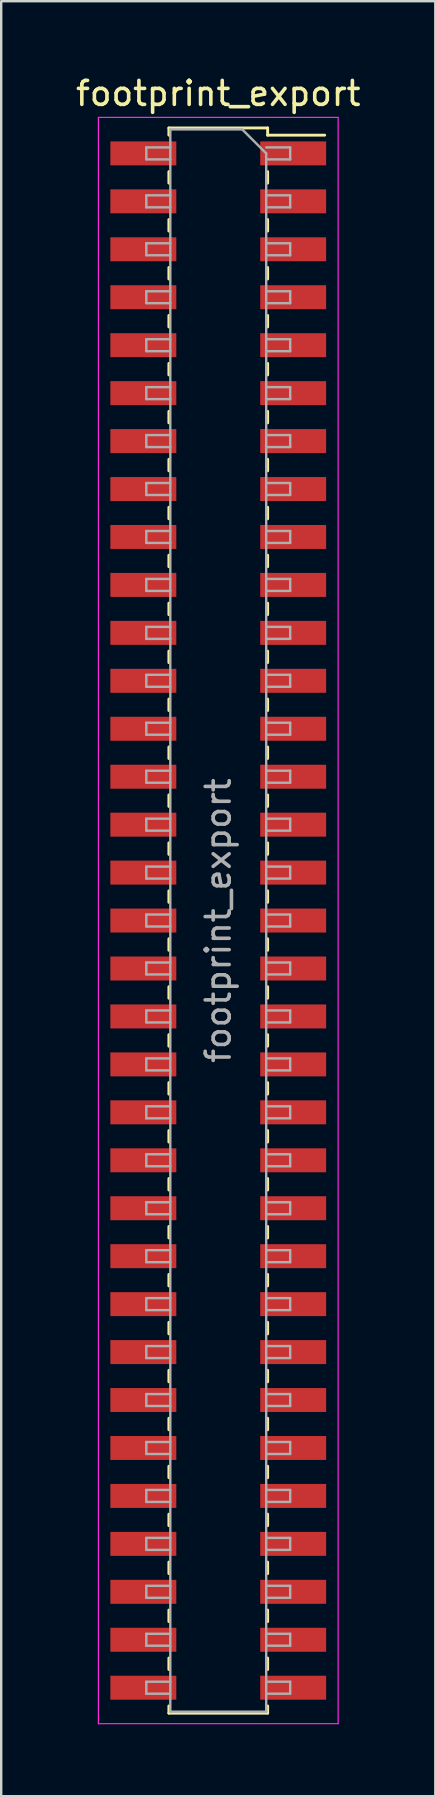
<source format=kicad_pcb>
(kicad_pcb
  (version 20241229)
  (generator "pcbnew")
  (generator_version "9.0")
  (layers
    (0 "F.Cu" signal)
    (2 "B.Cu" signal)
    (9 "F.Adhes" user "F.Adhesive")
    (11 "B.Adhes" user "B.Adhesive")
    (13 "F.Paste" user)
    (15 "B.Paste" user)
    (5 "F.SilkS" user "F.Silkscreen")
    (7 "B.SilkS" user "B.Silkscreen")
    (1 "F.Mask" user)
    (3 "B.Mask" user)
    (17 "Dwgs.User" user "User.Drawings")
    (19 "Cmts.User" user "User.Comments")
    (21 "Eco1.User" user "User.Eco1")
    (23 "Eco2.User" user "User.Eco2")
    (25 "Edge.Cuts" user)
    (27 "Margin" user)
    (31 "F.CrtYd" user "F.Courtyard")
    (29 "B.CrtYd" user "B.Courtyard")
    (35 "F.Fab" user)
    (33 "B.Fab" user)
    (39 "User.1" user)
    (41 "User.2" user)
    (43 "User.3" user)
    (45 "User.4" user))
  (footprint "footprint_export"
    (layer "F.Cu")
    (at 6.054 35.348)
    (property "Reference" "footprint_export" (at 0 -34.5 0) (layer "F.SilkS") (effects (font (size 1 1) (thickness 0.15))))
    (attr smd)
    (fp_line (start -2.06 -33.06) (end -2.06 -32.76) (stroke (width 0.12) (type solid)) (layer "F.SilkS"))
    (fp_line (start -2.06 -33.06) (end 2.06 -33.06) (stroke (width 0.12) (type solid)) (layer "F.SilkS"))
    (fp_line (start -2.06 -31.24) (end -2.06 -30.76) (stroke (width 0.12) (type solid)) (layer "F.SilkS"))
    (fp_line (start -2.06 -29.24) (end -2.06 -28.76) (stroke (width 0.12) (type solid)) (layer "F.SilkS"))
    (fp_line (start -2.06 -27.24) (end -2.06 -26.76) (stroke (width 0.12) (type solid)) (layer "F.SilkS"))
    (fp_line (start -2.06 -25.24) (end -2.06 -24.76) (stroke (width 0.12) (type solid)) (layer "F.SilkS"))
    (fp_line (start -2.06 -23.24) (end -2.06 -22.76) (stroke (width 0.12) (type solid)) (layer "F.SilkS"))
    (fp_line (start -2.06 -21.24) (end -2.06 -20.76) (stroke (width 0.12) (type solid)) (layer "F.SilkS"))
    (fp_line (start -2.06 -19.24) (end -2.06 -18.76) (stroke (width 0.12) (type solid)) (layer "F.SilkS"))
    (fp_line (start -2.06 -17.24) (end -2.06 -16.76) (stroke (width 0.12) (type solid)) (layer "F.SilkS"))
    (fp_line (start -2.06 -15.24) (end -2.06 -14.76) (stroke (width 0.12) (type solid)) (layer "F.SilkS"))
    (fp_line (start -2.06 -13.24) (end -2.06 -12.76) (stroke (width 0.12) (type solid)) (layer "F.SilkS"))
    (fp_line (start -2.06 -11.24) (end -2.06 -10.76) (stroke (width 0.12) (type solid)) (layer "F.SilkS"))
    (fp_line (start -2.06 -9.24) (end -2.06 -8.76) (stroke (width 0.12) (type solid)) (layer "F.SilkS"))
    (fp_line (start -2.06 -7.24) (end -2.06 -6.76) (stroke (width 0.12) (type solid)) (layer "F.SilkS"))
    (fp_line (start -2.06 -5.24) (end -2.06 -4.76) (stroke (width 0.12) (type solid)) (layer "F.SilkS"))
    (fp_line (start -2.06 -3.24) (end -2.06 -2.76) (stroke (width 0.12) (type solid)) (layer "F.SilkS"))
    (fp_line (start -2.06 -1.24) (end -2.06 -0.76) (stroke (width 0.12) (type solid)) (layer "F.SilkS"))
    (fp_line (start -2.06 0.76) (end -2.06 1.24) (stroke (width 0.12) (type solid)) (layer "F.SilkS"))
    (fp_line (start -2.06 2.76) (end -2.06 3.24) (stroke (width 0.12) (type solid)) (layer "F.SilkS"))
    (fp_line (start -2.06 4.76) (end -2.06 5.24) (stroke (width 0.12) (type solid)) (layer "F.SilkS"))
    (fp_line (start -2.06 6.76) (end -2.06 7.24) (stroke (width 0.12) (type solid)) (layer "F.SilkS"))
    (fp_line (start -2.06 8.76) (end -2.06 9.24) (stroke (width 0.12) (type solid)) (layer "F.SilkS"))
    (fp_line (start -2.06 10.76) (end -2.06 11.24) (stroke (width 0.12) (type solid)) (layer "F.SilkS"))
    (fp_line (start -2.06 12.76) (end -2.06 13.24) (stroke (width 0.12) (type solid)) (layer "F.SilkS"))
    (fp_line (start -2.06 14.76) (end -2.06 15.24) (stroke (width 0.12) (type solid)) (layer "F.SilkS"))
    (fp_line (start -2.06 16.76) (end -2.06 17.24) (stroke (width 0.12) (type solid)) (layer "F.SilkS"))
    (fp_line (start -2.06 18.76) (end -2.06 19.24) (stroke (width 0.12) (type solid)) (layer "F.SilkS"))
    (fp_line (start -2.06 20.76) (end -2.06 21.24) (stroke (width 0.12) (type solid)) (layer "F.SilkS"))
    (fp_line (start -2.06 22.76) (end -2.06 23.24) (stroke (width 0.12) (type solid)) (layer "F.SilkS"))
    (fp_line (start -2.06 24.76) (end -2.06 25.24) (stroke (width 0.12) (type solid)) (layer "F.SilkS"))
    (fp_line (start -2.06 26.76) (end -2.06 27.24) (stroke (width 0.12) (type solid)) (layer "F.SilkS"))
    (fp_line (start -2.06 28.76) (end -2.06 29.24) (stroke (width 0.12) (type solid)) (layer "F.SilkS"))
    (fp_line (start -2.06 30.76) (end -2.06 31.24) (stroke (width 0.12) (type solid)) (layer "F.SilkS"))
    (fp_line (start -2.06 32.76) (end -2.06 33.06) (stroke (width 0.12) (type solid)) (layer "F.SilkS"))
    (fp_line (start -2.06 33.06) (end 2.06 33.06) (stroke (width 0.12) (type solid)) (layer "F.SilkS"))
    (fp_line (start 2.06 -33.06) (end 2.06 -32.76) (stroke (width 0.12) (type solid)) (layer "F.SilkS"))
    (fp_line (start 2.06 -32.76) (end 4.44 -32.76) (stroke (width 0.12) (type solid)) (layer "F.SilkS"))
    (fp_line (start 2.06 -31.24) (end 2.06 -30.76) (stroke (width 0.12) (type solid)) (layer "F.SilkS"))
    (fp_line (start 2.06 -29.24) (end 2.06 -28.76) (stroke (width 0.12) (type solid)) (layer "F.SilkS"))
    (fp_line (start 2.06 -27.24) (end 2.06 -26.76) (stroke (width 0.12) (type solid)) (layer "F.SilkS"))
    (fp_line (start 2.06 -25.24) (end 2.06 -24.76) (stroke (width 0.12) (type solid)) (layer "F.SilkS"))
    (fp_line (start 2.06 -23.24) (end 2.06 -22.76) (stroke (width 0.12) (type solid)) (layer "F.SilkS"))
    (fp_line (start 2.06 -21.24) (end 2.06 -20.76) (stroke (width 0.12) (type solid)) (layer "F.SilkS"))
    (fp_line (start 2.06 -19.24) (end 2.06 -18.76) (stroke (width 0.12) (type solid)) (layer "F.SilkS"))
    (fp_line (start 2.06 -17.24) (end 2.06 -16.76) (stroke (width 0.12) (type solid)) (layer "F.SilkS"))
    (fp_line (start 2.06 -15.24) (end 2.06 -14.76) (stroke (width 0.12) (type solid)) (layer "F.SilkS"))
    (fp_line (start 2.06 -13.24) (end 2.06 -12.76) (stroke (width 0.12) (type solid)) (layer "F.SilkS"))
    (fp_line (start 2.06 -11.24) (end 2.06 -10.76) (stroke (width 0.12) (type solid)) (layer "F.SilkS"))
    (fp_line (start 2.06 -9.24) (end 2.06 -8.76) (stroke (width 0.12) (type solid)) (layer "F.SilkS"))
    (fp_line (start 2.06 -7.24) (end 2.06 -6.76) (stroke (width 0.12) (type solid)) (layer "F.SilkS"))
    (fp_line (start 2.06 -5.24) (end 2.06 -4.76) (stroke (width 0.12) (type solid)) (layer "F.SilkS"))
    (fp_line (start 2.06 -3.24) (end 2.06 -2.76) (stroke (width 0.12) (type solid)) (layer "F.SilkS"))
    (fp_line (start 2.06 -1.24) (end 2.06 -0.76) (stroke (width 0.12) (type solid)) (layer "F.SilkS"))
    (fp_line (start 2.06 0.76) (end 2.06 1.24) (stroke (width 0.12) (type solid)) (layer "F.SilkS"))
    (fp_line (start 2.06 2.76) (end 2.06 3.24) (stroke (width 0.12) (type solid)) (layer "F.SilkS"))
    (fp_line (start 2.06 4.76) (end 2.06 5.24) (stroke (width 0.12) (type solid)) (layer "F.SilkS"))
    (fp_line (start 2.06 6.76) (end 2.06 7.24) (stroke (width 0.12) (type solid)) (layer "F.SilkS"))
    (fp_line (start 2.06 8.76) (end 2.06 9.24) (stroke (width 0.12) (type solid)) (layer "F.SilkS"))
    (fp_line (start 2.06 10.76) (end 2.06 11.24) (stroke (width 0.12) (type solid)) (layer "F.SilkS"))
    (fp_line (start 2.06 12.76) (end 2.06 13.24) (stroke (width 0.12) (type solid)) (layer "F.SilkS"))
    (fp_line (start 2.06 14.76) (end 2.06 15.24) (stroke (width 0.12) (type solid)) (layer "F.SilkS"))
    (fp_line (start 2.06 16.76) (end 2.06 17.24) (stroke (width 0.12) (type solid)) (layer "F.SilkS"))
    (fp_line (start 2.06 18.76) (end 2.06 19.24) (stroke (width 0.12) (type solid)) (layer "F.SilkS"))
    (fp_line (start 2.06 20.76) (end 2.06 21.24) (stroke (width 0.12) (type solid)) (layer "F.SilkS"))
    (fp_line (start 2.06 22.76) (end 2.06 23.24) (stroke (width 0.12) (type solid)) (layer "F.SilkS"))
    (fp_line (start 2.06 24.76) (end 2.06 25.24) (stroke (width 0.12) (type solid)) (layer "F.SilkS"))
    (fp_line (start 2.06 26.76) (end 2.06 27.24) (stroke (width 0.12) (type solid)) (layer "F.SilkS"))
    (fp_line (start 2.06 28.76) (end 2.06 29.24) (stroke (width 0.12) (type solid)) (layer "F.SilkS"))
    (fp_line (start 2.06 30.76) (end 2.06 31.24) (stroke (width 0.12) (type solid)) (layer "F.SilkS"))
    (fp_line (start 2.06 32.76) (end 2.06 33.06) (stroke (width 0.12) (type solid)) (layer "F.SilkS"))
    (fp_line (start -5 -33.5) (end 5 -33.5) (stroke (width 0.05) (type solid)) (layer "F.CrtYd"))
    (fp_line (start -5 33.5) (end -5 -33.5) (stroke (width 0.05) (type solid)) (layer "F.CrtYd"))
    (fp_line (start 5 -33.5) (end 5 33.5) (stroke (width 0.05) (type solid)) (layer "F.CrtYd"))
    (fp_line (start 5 33.5) (end -5 33.5) (stroke (width 0.05) (type solid)) (layer "F.CrtYd"))
    (fp_line (start -3 -32.25) (end -2 -32.25) (stroke (width 0.1) (type solid)) (layer "F.Fab"))
    (fp_line (start -3 -31.75) (end -3 -32.25) (stroke (width 0.1) (type solid)) (layer "F.Fab"))
    (fp_line (start -3 -30.25) (end -2 -30.25) (stroke (width 0.1) (type solid)) (layer "F.Fab"))
    (fp_line (start -3 -29.75) (end -3 -30.25) (stroke (width 0.1) (type solid)) (layer "F.Fab"))
    (fp_line (start -3 -28.25) (end -2 -28.25) (stroke (width 0.1) (type solid)) (layer "F.Fab"))
    (fp_line (start -3 -27.75) (end -3 -28.25) (stroke (width 0.1) (type solid)) (layer "F.Fab"))
    (fp_line (start -3 -26.25) (end -2 -26.25) (stroke (width 0.1) (type solid)) (layer "F.Fab"))
    (fp_line (start -3 -25.75) (end -3 -26.25) (stroke (width 0.1) (type solid)) (layer "F.Fab"))
    (fp_line (start -3 -24.25) (end -2 -24.25) (stroke (width 0.1) (type solid)) (layer "F.Fab"))
    (fp_line (start -3 -23.75) (end -3 -24.25) (stroke (width 0.1) (type solid)) (layer "F.Fab"))
    (fp_line (start -3 -22.25) (end -2 -22.25) (stroke (width 0.1) (type solid)) (layer "F.Fab"))
    (fp_line (start -3 -21.75) (end -3 -22.25) (stroke (width 0.1) (type solid)) (layer "F.Fab"))
    (fp_line (start -3 -20.25) (end -2 -20.25) (stroke (width 0.1) (type solid)) (layer "F.Fab"))
    (fp_line (start -3 -19.75) (end -3 -20.25) (stroke (width 0.1) (type solid)) (layer "F.Fab"))
    (fp_line (start -3 -18.25) (end -2 -18.25) (stroke (width 0.1) (type solid)) (layer "F.Fab"))
    (fp_line (start -3 -17.75) (end -3 -18.25) (stroke (width 0.1) (type solid)) (layer "F.Fab"))
    (fp_line (start -3 -16.25) (end -2 -16.25) (stroke (width 0.1) (type solid)) (layer "F.Fab"))
    (fp_line (start -3 -15.75) (end -3 -16.25) (stroke (width 0.1) (type solid)) (layer "F.Fab"))
    (fp_line (start -3 -14.25) (end -2 -14.25) (stroke (width 0.1) (type solid)) (layer "F.Fab"))
    (fp_line (start -3 -13.75) (end -3 -14.25) (stroke (width 0.1) (type solid)) (layer "F.Fab"))
    (fp_line (start -3 -12.25) (end -2 -12.25) (stroke (width 0.1) (type solid)) (layer "F.Fab"))
    (fp_line (start -3 -11.75) (end -3 -12.25) (stroke (width 0.1) (type solid)) (layer "F.Fab"))
    (fp_line (start -3 -10.25) (end -2 -10.25) (stroke (width 0.1) (type solid)) (layer "F.Fab"))
    (fp_line (start -3 -9.75) (end -3 -10.25) (stroke (width 0.1) (type solid)) (layer "F.Fab"))
    (fp_line (start -3 -8.25) (end -2 -8.25) (stroke (width 0.1) (type solid)) (layer "F.Fab"))
    (fp_line (start -3 -7.75) (end -3 -8.25) (stroke (width 0.1) (type solid)) (layer "F.Fab"))
    (fp_line (start -3 -6.25) (end -2 -6.25) (stroke (width 0.1) (type solid)) (layer "F.Fab"))
    (fp_line (start -3 -5.75) (end -3 -6.25) (stroke (width 0.1) (type solid)) (layer "F.Fab"))
    (fp_line (start -3 -4.25) (end -2 -4.25) (stroke (width 0.1) (type solid)) (layer "F.Fab"))
    (fp_line (start -3 -3.75) (end -3 -4.25) (stroke (width 0.1) (type solid)) (layer "F.Fab"))
    (fp_line (start -3 -2.25) (end -2 -2.25) (stroke (width 0.1) (type solid)) (layer "F.Fab"))
    (fp_line (start -3 -1.75) (end -3 -2.25) (stroke (width 0.1) (type solid)) (layer "F.Fab"))
    (fp_line (start -3 -0.25) (end -2 -0.25) (stroke (width 0.1) (type solid)) (layer "F.Fab"))
    (fp_line (start -3 0.25) (end -3 -0.25) (stroke (width 0.1) (type solid)) (layer "F.Fab"))
    (fp_line (start -3 1.75) (end -2 1.75) (stroke (width 0.1) (type solid)) (layer "F.Fab"))
    (fp_line (start -3 2.25) (end -3 1.75) (stroke (width 0.1) (type solid)) (layer "F.Fab"))
    (fp_line (start -3 3.75) (end -2 3.75) (stroke (width 0.1) (type solid)) (layer "F.Fab"))
    (fp_line (start -3 4.25) (end -3 3.75) (stroke (width 0.1) (type solid)) (layer "F.Fab"))
    (fp_line (start -3 5.75) (end -2 5.75) (stroke (width 0.1) (type solid)) (layer "F.Fab"))
    (fp_line (start -3 6.25) (end -3 5.75) (stroke (width 0.1) (type solid)) (layer "F.Fab"))
    (fp_line (start -3 7.75) (end -2 7.75) (stroke (width 0.1) (type solid)) (layer "F.Fab"))
    (fp_line (start -3 8.25) (end -3 7.75) (stroke (width 0.1) (type solid)) (layer "F.Fab"))
    (fp_line (start -3 9.75) (end -2 9.75) (stroke (width 0.1) (type solid)) (layer "F.Fab"))
    (fp_line (start -3 10.25) (end -3 9.75) (stroke (width 0.1) (type solid)) (layer "F.Fab"))
    (fp_line (start -3 11.75) (end -2 11.75) (stroke (width 0.1) (type solid)) (layer "F.Fab"))
    (fp_line (start -3 12.25) (end -3 11.75) (stroke (width 0.1) (type solid)) (layer "F.Fab"))
    (fp_line (start -3 13.75) (end -2 13.75) (stroke (width 0.1) (type solid)) (layer "F.Fab"))
    (fp_line (start -3 14.25) (end -3 13.75) (stroke (width 0.1) (type solid)) (layer "F.Fab"))
    (fp_line (start -3 15.75) (end -2 15.75) (stroke (width 0.1) (type solid)) (layer "F.Fab"))
    (fp_line (start -3 16.25) (end -3 15.75) (stroke (width 0.1) (type solid)) (layer "F.Fab"))
    (fp_line (start -3 17.75) (end -2 17.75) (stroke (width 0.1) (type solid)) (layer "F.Fab"))
    (fp_line (start -3 18.25) (end -3 17.75) (stroke (width 0.1) (type solid)) (layer "F.Fab"))
    (fp_line (start -3 19.75) (end -2 19.75) (stroke (width 0.1) (type solid)) (layer "F.Fab"))
    (fp_line (start -3 20.25) (end -3 19.75) (stroke (width 0.1) (type solid)) (layer "F.Fab"))
    (fp_line (start -3 21.75) (end -2 21.75) (stroke (width 0.1) (type solid)) (layer "F.Fab"))
    (fp_line (start -3 22.25) (end -3 21.75) (stroke (width 0.1) (type solid)) (layer "F.Fab"))
    (fp_line (start -3 23.75) (end -2 23.75) (stroke (width 0.1) (type solid)) (layer "F.Fab"))
    (fp_line (start -3 24.25) (end -3 23.75) (stroke (width 0.1) (type solid)) (layer "F.Fab"))
    (fp_line (start -3 25.75) (end -2 25.75) (stroke (width 0.1) (type solid)) (layer "F.Fab"))
    (fp_line (start -3 26.25) (end -3 25.75) (stroke (width 0.1) (type solid)) (layer "F.Fab"))
    (fp_line (start -3 27.75) (end -2 27.75) (stroke (width 0.1) (type solid)) (layer "F.Fab"))
    (fp_line (start -3 28.25) (end -3 27.75) (stroke (width 0.1) (type solid)) (layer "F.Fab"))
    (fp_line (start -3 29.75) (end -2 29.75) (stroke (width 0.1) (type solid)) (layer "F.Fab"))
    (fp_line (start -3 30.25) (end -3 29.75) (stroke (width 0.1) (type solid)) (layer "F.Fab"))
    (fp_line (start -3 31.75) (end -2 31.75) (stroke (width 0.1) (type solid)) (layer "F.Fab"))
    (fp_line (start -3 32.25) (end -3 31.75) (stroke (width 0.1) (type solid)) (layer "F.Fab"))
    (fp_line (start -2 -33) (end 1 -33) (stroke (width 0.1) (type solid)) (layer "F.Fab"))
    (fp_line (start -2 -31.75) (end -3 -31.75) (stroke (width 0.1) (type solid)) (layer "F.Fab"))
    (fp_line (start -2 -29.75) (end -3 -29.75) (stroke (width 0.1) (type solid)) (layer "F.Fab"))
    (fp_line (start -2 -27.75) (end -3 -27.75) (stroke (width 0.1) (type solid)) (layer "F.Fab"))
    (fp_line (start -2 -25.75) (end -3 -25.75) (stroke (width 0.1) (type solid)) (layer "F.Fab"))
    (fp_line (start -2 -23.75) (end -3 -23.75) (stroke (width 0.1) (type solid)) (layer "F.Fab"))
    (fp_line (start -2 -21.75) (end -3 -21.75) (stroke (width 0.1) (type solid)) (layer "F.Fab"))
    (fp_line (start -2 -19.75) (end -3 -19.75) (stroke (width 0.1) (type solid)) (layer "F.Fab"))
    (fp_line (start -2 -17.75) (end -3 -17.75) (stroke (width 0.1) (type solid)) (layer "F.Fab"))
    (fp_line (start -2 -15.75) (end -3 -15.75) (stroke (width 0.1) (type solid)) (layer "F.Fab"))
    (fp_line (start -2 -13.75) (end -3 -13.75) (stroke (width 0.1) (type solid)) (layer "F.Fab"))
    (fp_line (start -2 -11.75) (end -3 -11.75) (stroke (width 0.1) (type solid)) (layer "F.Fab"))
    (fp_line (start -2 -9.75) (end -3 -9.75) (stroke (width 0.1) (type solid)) (layer "F.Fab"))
    (fp_line (start -2 -7.75) (end -3 -7.75) (stroke (width 0.1) (type solid)) (layer "F.Fab"))
    (fp_line (start -2 -5.75) (end -3 -5.75) (stroke (width 0.1) (type solid)) (layer "F.Fab"))
    (fp_line (start -2 -3.75) (end -3 -3.75) (stroke (width 0.1) (type solid)) (layer "F.Fab"))
    (fp_line (start -2 -1.75) (end -3 -1.75) (stroke (width 0.1) (type solid)) (layer "F.Fab"))
    (fp_line (start -2 0.25) (end -3 0.25) (stroke (width 0.1) (type solid)) (layer "F.Fab"))
    (fp_line (start -2 2.25) (end -3 2.25) (stroke (width 0.1) (type solid)) (layer "F.Fab"))
    (fp_line (start -2 4.25) (end -3 4.25) (stroke (width 0.1) (type solid)) (layer "F.Fab"))
    (fp_line (start -2 6.25) (end -3 6.25) (stroke (width 0.1) (type solid)) (layer "F.Fab"))
    (fp_line (start -2 8.25) (end -3 8.25) (stroke (width 0.1) (type solid)) (layer "F.Fab"))
    (fp_line (start -2 10.25) (end -3 10.25) (stroke (width 0.1) (type solid)) (layer "F.Fab"))
    (fp_line (start -2 12.25) (end -3 12.25) (stroke (width 0.1) (type solid)) (layer "F.Fab"))
    (fp_line (start -2 14.25) (end -3 14.25) (stroke (width 0.1) (type solid)) (layer "F.Fab"))
    (fp_line (start -2 16.25) (end -3 16.25) (stroke (width 0.1) (type solid)) (layer "F.Fab"))
    (fp_line (start -2 18.25) (end -3 18.25) (stroke (width 0.1) (type solid)) (layer "F.Fab"))
    (fp_line (start -2 20.25) (end -3 20.25) (stroke (width 0.1) (type solid)) (layer "F.Fab"))
    (fp_line (start -2 22.25) (end -3 22.25) (stroke (width 0.1) (type solid)) (layer "F.Fab"))
    (fp_line (start -2 24.25) (end -3 24.25) (stroke (width 0.1) (type solid)) (layer "F.Fab"))
    (fp_line (start -2 26.25) (end -3 26.25) (stroke (width 0.1) (type solid)) (layer "F.Fab"))
    (fp_line (start -2 28.25) (end -3 28.25) (stroke (width 0.1) (type solid)) (layer "F.Fab"))
    (fp_line (start -2 30.25) (end -3 30.25) (stroke (width 0.1) (type solid)) (layer "F.Fab"))
    (fp_line (start -2 32.25) (end -3 32.25) (stroke (width 0.1) (type solid)) (layer "F.Fab"))
    (fp_line (start -2 33) (end -2 -33) (stroke (width 0.1) (type solid)) (layer "F.Fab"))
    (fp_line (start 1 -33) (end 2 -32) (stroke (width 0.1) (type solid)) (layer "F.Fab"))
    (fp_line (start 2 -32.25) (end 3 -32.25) (stroke (width 0.1) (type solid)) (layer "F.Fab"))
    (fp_line (start 2 -32) (end 2 33) (stroke (width 0.1) (type solid)) (layer "F.Fab"))
    (fp_line (start 2 -30.25) (end 3 -30.25) (stroke (width 0.1) (type solid)) (layer "F.Fab"))
    (fp_line (start 2 -28.25) (end 3 -28.25) (stroke (width 0.1) (type solid)) (layer "F.Fab"))
    (fp_line (start 2 -26.25) (end 3 -26.25) (stroke (width 0.1) (type solid)) (layer "F.Fab"))
    (fp_line (start 2 -24.25) (end 3 -24.25) (stroke (width 0.1) (type solid)) (layer "F.Fab"))
    (fp_line (start 2 -22.25) (end 3 -22.25) (stroke (width 0.1) (type solid)) (layer "F.Fab"))
    (fp_line (start 2 -20.25) (end 3 -20.25) (stroke (width 0.1) (type solid)) (layer "F.Fab"))
    (fp_line (start 2 -18.25) (end 3 -18.25) (stroke (width 0.1) (type solid)) (layer "F.Fab"))
    (fp_line (start 2 -16.25) (end 3 -16.25) (stroke (width 0.1) (type solid)) (layer "F.Fab"))
    (fp_line (start 2 -14.25) (end 3 -14.25) (stroke (width 0.1) (type solid)) (layer "F.Fab"))
    (fp_line (start 2 -12.25) (end 3 -12.25) (stroke (width 0.1) (type solid)) (layer "F.Fab"))
    (fp_line (start 2 -10.25) (end 3 -10.25) (stroke (width 0.1) (type solid)) (layer "F.Fab"))
    (fp_line (start 2 -8.25) (end 3 -8.25) (stroke (width 0.1) (type solid)) (layer "F.Fab"))
    (fp_line (start 2 -6.25) (end 3 -6.25) (stroke (width 0.1) (type solid)) (layer "F.Fab"))
    (fp_line (start 2 -4.25) (end 3 -4.25) (stroke (width 0.1) (type solid)) (layer "F.Fab"))
    (fp_line (start 2 -2.25) (end 3 -2.25) (stroke (width 0.1) (type solid)) (layer "F.Fab"))
    (fp_line (start 2 -0.25) (end 3 -0.25) (stroke (width 0.1) (type solid)) (layer "F.Fab"))
    (fp_line (start 2 1.75) (end 3 1.75) (stroke (width 0.1) (type solid)) (layer "F.Fab"))
    (fp_line (start 2 3.75) (end 3 3.75) (stroke (width 0.1) (type solid)) (layer "F.Fab"))
    (fp_line (start 2 5.75) (end 3 5.75) (stroke (width 0.1) (type solid)) (layer "F.Fab"))
    (fp_line (start 2 7.75) (end 3 7.75) (stroke (width 0.1) (type solid)) (layer "F.Fab"))
    (fp_line (start 2 9.75) (end 3 9.75) (stroke (width 0.1) (type solid)) (layer "F.Fab"))
    (fp_line (start 2 11.75) (end 3 11.75) (stroke (width 0.1) (type solid)) (layer "F.Fab"))
    (fp_line (start 2 13.75) (end 3 13.75) (stroke (width 0.1) (type solid)) (layer "F.Fab"))
    (fp_line (start 2 15.75) (end 3 15.75) (stroke (width 0.1) (type solid)) (layer "F.Fab"))
    (fp_line (start 2 17.75) (end 3 17.75) (stroke (width 0.1) (type solid)) (layer "F.Fab"))
    (fp_line (start 2 19.75) (end 3 19.75) (stroke (width 0.1) (type solid)) (layer "F.Fab"))
    (fp_line (start 2 21.75) (end 3 21.75) (stroke (width 0.1) (type solid)) (layer "F.Fab"))
    (fp_line (start 2 23.75) (end 3 23.75) (stroke (width 0.1) (type solid)) (layer "F.Fab"))
    (fp_line (start 2 25.75) (end 3 25.75) (stroke (width 0.1) (type solid)) (layer "F.Fab"))
    (fp_line (start 2 27.75) (end 3 27.75) (stroke (width 0.1) (type solid)) (layer "F.Fab"))
    (fp_line (start 2 29.75) (end 3 29.75) (stroke (width 0.1) (type solid)) (layer "F.Fab"))
    (fp_line (start 2 31.75) (end 3 31.75) (stroke (width 0.1) (type solid)) (layer "F.Fab"))
    (fp_line (start 2 33) (end -2 33) (stroke (width 0.1) (type solid)) (layer "F.Fab"))
    (fp_line (start 3 -32.25) (end 3 -31.75) (stroke (width 0.1) (type solid)) (layer "F.Fab"))
    (fp_line (start 3 -31.75) (end 2 -31.75) (stroke (width 0.1) (type solid)) (layer "F.Fab"))
    (fp_line (start 3 -30.25) (end 3 -29.75) (stroke (width 0.1) (type solid)) (layer "F.Fab"))
    (fp_line (start 3 -29.75) (end 2 -29.75) (stroke (width 0.1) (type solid)) (layer "F.Fab"))
    (fp_line (start 3 -28.25) (end 3 -27.75) (stroke (width 0.1) (type solid)) (layer "F.Fab"))
    (fp_line (start 3 -27.75) (end 2 -27.75) (stroke (width 0.1) (type solid)) (layer "F.Fab"))
    (fp_line (start 3 -26.25) (end 3 -25.75) (stroke (width 0.1) (type solid)) (layer "F.Fab"))
    (fp_line (start 3 -25.75) (end 2 -25.75) (stroke (width 0.1) (type solid)) (layer "F.Fab"))
    (fp_line (start 3 -24.25) (end 3 -23.75) (stroke (width 0.1) (type solid)) (layer "F.Fab"))
    (fp_line (start 3 -23.75) (end 2 -23.75) (stroke (width 0.1) (type solid)) (layer "F.Fab"))
    (fp_line (start 3 -22.25) (end 3 -21.75) (stroke (width 0.1) (type solid)) (layer "F.Fab"))
    (fp_line (start 3 -21.75) (end 2 -21.75) (stroke (width 0.1) (type solid)) (layer "F.Fab"))
    (fp_line (start 3 -20.25) (end 3 -19.75) (stroke (width 0.1) (type solid)) (layer "F.Fab"))
    (fp_line (start 3 -19.75) (end 2 -19.75) (stroke (width 0.1) (type solid)) (layer "F.Fab"))
    (fp_line (start 3 -18.25) (end 3 -17.75) (stroke (width 0.1) (type solid)) (layer "F.Fab"))
    (fp_line (start 3 -17.75) (end 2 -17.75) (stroke (width 0.1) (type solid)) (layer "F.Fab"))
    (fp_line (start 3 -16.25) (end 3 -15.75) (stroke (width 0.1) (type solid)) (layer "F.Fab"))
    (fp_line (start 3 -15.75) (end 2 -15.75) (stroke (width 0.1) (type solid)) (layer "F.Fab"))
    (fp_line (start 3 -14.25) (end 3 -13.75) (stroke (width 0.1) (type solid)) (layer "F.Fab"))
    (fp_line (start 3 -13.75) (end 2 -13.75) (stroke (width 0.1) (type solid)) (layer "F.Fab"))
    (fp_line (start 3 -12.25) (end 3 -11.75) (stroke (width 0.1) (type solid)) (layer "F.Fab"))
    (fp_line (start 3 -11.75) (end 2 -11.75) (stroke (width 0.1) (type solid)) (layer "F.Fab"))
    (fp_line (start 3 -10.25) (end 3 -9.75) (stroke (width 0.1) (type solid)) (layer "F.Fab"))
    (fp_line (start 3 -9.75) (end 2 -9.75) (stroke (width 0.1) (type solid)) (layer "F.Fab"))
    (fp_line (start 3 -8.25) (end 3 -7.75) (stroke (width 0.1) (type solid)) (layer "F.Fab"))
    (fp_line (start 3 -7.75) (end 2 -7.75) (stroke (width 0.1) (type solid)) (layer "F.Fab"))
    (fp_line (start 3 -6.25) (end 3 -5.75) (stroke (width 0.1) (type solid)) (layer "F.Fab"))
    (fp_line (start 3 -5.75) (end 2 -5.75) (stroke (width 0.1) (type solid)) (layer "F.Fab"))
    (fp_line (start 3 -4.25) (end 3 -3.75) (stroke (width 0.1) (type solid)) (layer "F.Fab"))
    (fp_line (start 3 -3.75) (end 2 -3.75) (stroke (width 0.1) (type solid)) (layer "F.Fab"))
    (fp_line (start 3 -2.25) (end 3 -1.75) (stroke (width 0.1) (type solid)) (layer "F.Fab"))
    (fp_line (start 3 -1.75) (end 2 -1.75) (stroke (width 0.1) (type solid)) (layer "F.Fab"))
    (fp_line (start 3 -0.25) (end 3 0.25) (stroke (width 0.1) (type solid)) (layer "F.Fab"))
    (fp_line (start 3 0.25) (end 2 0.25) (stroke (width 0.1) (type solid)) (layer "F.Fab"))
    (fp_line (start 3 1.75) (end 3 2.25) (stroke (width 0.1) (type solid)) (layer "F.Fab"))
    (fp_line (start 3 2.25) (end 2 2.25) (stroke (width 0.1) (type solid)) (layer "F.Fab"))
    (fp_line (start 3 3.75) (end 3 4.25) (stroke (width 0.1) (type solid)) (layer "F.Fab"))
    (fp_line (start 3 4.25) (end 2 4.25) (stroke (width 0.1) (type solid)) (layer "F.Fab"))
    (fp_line (start 3 5.75) (end 3 6.25) (stroke (width 0.1) (type solid)) (layer "F.Fab"))
    (fp_line (start 3 6.25) (end 2 6.25) (stroke (width 0.1) (type solid)) (layer "F.Fab"))
    (fp_line (start 3 7.75) (end 3 8.25) (stroke (width 0.1) (type solid)) (layer "F.Fab"))
    (fp_line (start 3 8.25) (end 2 8.25) (stroke (width 0.1) (type solid)) (layer "F.Fab"))
    (fp_line (start 3 9.75) (end 3 10.25) (stroke (width 0.1) (type solid)) (layer "F.Fab"))
    (fp_line (start 3 10.25) (end 2 10.25) (stroke (width 0.1) (type solid)) (layer "F.Fab"))
    (fp_line (start 3 11.75) (end 3 12.25) (stroke (width 0.1) (type solid)) (layer "F.Fab"))
    (fp_line (start 3 12.25) (end 2 12.25) (stroke (width 0.1) (type solid)) (layer "F.Fab"))
    (fp_line (start 3 13.75) (end 3 14.25) (stroke (width 0.1) (type solid)) (layer "F.Fab"))
    (fp_line (start 3 14.25) (end 2 14.25) (stroke (width 0.1) (type solid)) (layer "F.Fab"))
    (fp_line (start 3 15.75) (end 3 16.25) (stroke (width 0.1) (type solid)) (layer "F.Fab"))
    (fp_line (start 3 16.25) (end 2 16.25) (stroke (width 0.1) (type solid)) (layer "F.Fab"))
    (fp_line (start 3 17.75) (end 3 18.25) (stroke (width 0.1) (type solid)) (layer "F.Fab"))
    (fp_line (start 3 18.25) (end 2 18.25) (stroke (width 0.1) (type solid)) (layer "F.Fab"))
    (fp_line (start 3 19.75) (end 3 20.25) (stroke (width 0.1) (type solid)) (layer "F.Fab"))
    (fp_line (start 3 20.25) (end 2 20.25) (stroke (width 0.1) (type solid)) (layer "F.Fab"))
    (fp_line (start 3 21.75) (end 3 22.25) (stroke (width 0.1) (type solid)) (layer "F.Fab"))
    (fp_line (start 3 22.25) (end 2 22.25) (stroke (width 0.1) (type solid)) (layer "F.Fab"))
    (fp_line (start 3 23.75) (end 3 24.25) (stroke (width 0.1) (type solid)) (layer "F.Fab"))
    (fp_line (start 3 24.25) (end 2 24.25) (stroke (width 0.1) (type solid)) (layer "F.Fab"))
    (fp_line (start 3 25.75) (end 3 26.25) (stroke (width 0.1) (type solid)) (layer "F.Fab"))
    (fp_line (start 3 26.25) (end 2 26.25) (stroke (width 0.1) (type solid)) (layer "F.Fab"))
    (fp_line (start 3 27.75) (end 3 28.25) (stroke (width 0.1) (type solid)) (layer "F.Fab"))
    (fp_line (start 3 28.25) (end 2 28.25) (stroke (width 0.1) (type solid)) (layer "F.Fab"))
    (fp_line (start 3 29.75) (end 3 30.25) (stroke (width 0.1) (type solid)) (layer "F.Fab"))
    (fp_line (start 3 30.25) (end 2 30.25) (stroke (width 0.1) (type solid)) (layer "F.Fab"))
    (fp_line (start 3 31.75) (end 3 32.25) (stroke (width 0.1) (type solid)) (layer "F.Fab"))
    (fp_line (start 3 32.25) (end 2 32.25) (stroke (width 0.1) (type solid)) (layer "F.Fab"))
    (fp_text user "${REFERENCE}" (at 0 0 90) (layer "F.Fab") (effects (font (size 1 1) (thickness 0.15))))
    (pad "1" smd rect (at 3.125 -32) (size 2.75 1) (layers "F.Cu" "F.Mask" "F.Paste"))
    (pad "2" smd rect (at -3.125 -32) (size 2.75 1) (layers "F.Cu" "F.Mask" "F.Paste"))
    (pad "3" smd rect (at 3.125 -30) (size 2.75 1) (layers "F.Cu" "F.Mask" "F.Paste"))
    (pad "4" smd rect (at -3.125 -30) (size 2.75 1) (layers "F.Cu" "F.Mask" "F.Paste"))
    (pad "5" smd rect (at 3.125 -28) (size 2.75 1) (layers "F.Cu" "F.Mask" "F.Paste"))
    (pad "6" smd rect (at -3.125 -28) (size 2.75 1) (layers "F.Cu" "F.Mask" "F.Paste"))
    (pad "7" smd rect (at 3.125 -26) (size 2.75 1) (layers "F.Cu" "F.Mask" "F.Paste"))
    (pad "8" smd rect (at -3.125 -26) (size 2.75 1) (layers "F.Cu" "F.Mask" "F.Paste"))
    (pad "9" smd rect (at 3.125 -24) (size 2.75 1) (layers "F.Cu" "F.Mask" "F.Paste"))
    (pad "10" smd rect (at -3.125 -24) (size 2.75 1) (layers "F.Cu" "F.Mask" "F.Paste"))
    (pad "11" smd rect (at 3.125 -22) (size 2.75 1) (layers "F.Cu" "F.Mask" "F.Paste"))
    (pad "12" smd rect (at -3.125 -22) (size 2.75 1) (layers "F.Cu" "F.Mask" "F.Paste"))
    (pad "13" smd rect (at 3.125 -20) (size 2.75 1) (layers "F.Cu" "F.Mask" "F.Paste"))
    (pad "14" smd rect (at -3.125 -20) (size 2.75 1) (layers "F.Cu" "F.Mask" "F.Paste"))
    (pad "15" smd rect (at 3.125 -18) (size 2.75 1) (layers "F.Cu" "F.Mask" "F.Paste"))
    (pad "16" smd rect (at -3.125 -18) (size 2.75 1) (layers "F.Cu" "F.Mask" "F.Paste"))
    (pad "17" smd rect (at 3.125 -16) (size 2.75 1) (layers "F.Cu" "F.Mask" "F.Paste"))
    (pad "18" smd rect (at -3.125 -16) (size 2.75 1) (layers "F.Cu" "F.Mask" "F.Paste"))
    (pad "19" smd rect (at 3.125 -14) (size 2.75 1) (layers "F.Cu" "F.Mask" "F.Paste"))
    (pad "20" smd rect (at -3.125 -14) (size 2.75 1) (layers "F.Cu" "F.Mask" "F.Paste"))
    (pad "21" smd rect (at 3.125 -12) (size 2.75 1) (layers "F.Cu" "F.Mask" "F.Paste"))
    (pad "22" smd rect (at -3.125 -12) (size 2.75 1) (layers "F.Cu" "F.Mask" "F.Paste"))
    (pad "23" smd rect (at 3.125 -10) (size 2.75 1) (layers "F.Cu" "F.Mask" "F.Paste"))
    (pad "24" smd rect (at -3.125 -10) (size 2.75 1) (layers "F.Cu" "F.Mask" "F.Paste"))
    (pad "25" smd rect (at 3.125 -8) (size 2.75 1) (layers "F.Cu" "F.Mask" "F.Paste"))
    (pad "26" smd rect (at -3.125 -8) (size 2.75 1) (layers "F.Cu" "F.Mask" "F.Paste"))
    (pad "27" smd rect (at 3.125 -6) (size 2.75 1) (layers "F.Cu" "F.Mask" "F.Paste"))
    (pad "28" smd rect (at -3.125 -6) (size 2.75 1) (layers "F.Cu" "F.Mask" "F.Paste"))
    (pad "29" smd rect (at 3.125 -4) (size 2.75 1) (layers "F.Cu" "F.Mask" "F.Paste"))
    (pad "30" smd rect (at -3.125 -4) (size 2.75 1) (layers "F.Cu" "F.Mask" "F.Paste"))
    (pad "31" smd rect (at 3.125 -2) (size 2.75 1) (layers "F.Cu" "F.Mask" "F.Paste"))
    (pad "32" smd rect (at -3.125 -2) (size 2.75 1) (layers "F.Cu" "F.Mask" "F.Paste"))
    (pad "33" smd rect (at 3.125 0) (size 2.75 1) (layers "F.Cu" "F.Mask" "F.Paste"))
    (pad "34" smd rect (at -3.125 0) (size 2.75 1) (layers "F.Cu" "F.Mask" "F.Paste"))
    (pad "35" smd rect (at 3.125 2) (size 2.75 1) (layers "F.Cu" "F.Mask" "F.Paste"))
    (pad "36" smd rect (at -3.125 2) (size 2.75 1) (layers "F.Cu" "F.Mask" "F.Paste"))
    (pad "37" smd rect (at 3.125 4) (size 2.75 1) (layers "F.Cu" "F.Mask" "F.Paste"))
    (pad "38" smd rect (at -3.125 4) (size 2.75 1) (layers "F.Cu" "F.Mask" "F.Paste"))
    (pad "39" smd rect (at 3.125 6) (size 2.75 1) (layers "F.Cu" "F.Mask" "F.Paste"))
    (pad "40" smd rect (at -3.125 6) (size 2.75 1) (layers "F.Cu" "F.Mask" "F.Paste"))
    (pad "41" smd rect (at 3.125 8) (size 2.75 1) (layers "F.Cu" "F.Mask" "F.Paste"))
    (pad "42" smd rect (at -3.125 8) (size 2.75 1) (layers "F.Cu" "F.Mask" "F.Paste"))
    (pad "43" smd rect (at 3.125 10) (size 2.75 1) (layers "F.Cu" "F.Mask" "F.Paste"))
    (pad "44" smd rect (at -3.125 10) (size 2.75 1) (layers "F.Cu" "F.Mask" "F.Paste"))
    (pad "45" smd rect (at 3.125 12) (size 2.75 1) (layers "F.Cu" "F.Mask" "F.Paste"))
    (pad "46" smd rect (at -3.125 12) (size 2.75 1) (layers "F.Cu" "F.Mask" "F.Paste"))
    (pad "47" smd rect (at 3.125 14) (size 2.75 1) (layers "F.Cu" "F.Mask" "F.Paste"))
    (pad "48" smd rect (at -3.125 14) (size 2.75 1) (layers "F.Cu" "F.Mask" "F.Paste"))
    (pad "49" smd rect (at 3.125 16) (size 2.75 1) (layers "F.Cu" "F.Mask" "F.Paste"))
    (pad "50" smd rect (at -3.125 16) (size 2.75 1) (layers "F.Cu" "F.Mask" "F.Paste"))
    (pad "51" smd rect (at 3.125 18) (size 2.75 1) (layers "F.Cu" "F.Mask" "F.Paste"))
    (pad "52" smd rect (at -3.125 18) (size 2.75 1) (layers "F.Cu" "F.Mask" "F.Paste"))
    (pad "53" smd rect (at 3.125 20) (size 2.75 1) (layers "F.Cu" "F.Mask" "F.Paste"))
    (pad "54" smd rect (at -3.125 20) (size 2.75 1) (layers "F.Cu" "F.Mask" "F.Paste"))
    (pad "55" smd rect (at 3.125 22) (size 2.75 1) (layers "F.Cu" "F.Mask" "F.Paste"))
    (pad "56" smd rect (at -3.125 22) (size 2.75 1) (layers "F.Cu" "F.Mask" "F.Paste"))
    (pad "57" smd rect (at 3.125 24) (size 2.75 1) (layers "F.Cu" "F.Mask" "F.Paste"))
    (pad "58" smd rect (at -3.125 24) (size 2.75 1) (layers "F.Cu" "F.Mask" "F.Paste"))
    (pad "59" smd rect (at 3.125 26) (size 2.75 1) (layers "F.Cu" "F.Mask" "F.Paste"))
    (pad "60" smd rect (at -3.125 26) (size 2.75 1) (layers "F.Cu" "F.Mask" "F.Paste"))
    (pad "61" smd rect (at 3.125 28) (size 2.75 1) (layers "F.Cu" "F.Mask" "F.Paste"))
    (pad "62" smd rect (at -3.125 28) (size 2.75 1) (layers "F.Cu" "F.Mask" "F.Paste"))
    (pad "63" smd rect (at 3.125 30) (size 2.75 1) (layers "F.Cu" "F.Mask" "F.Paste"))
    (pad "64" smd rect (at -3.125 30) (size 2.75 1) (layers "F.Cu" "F.Mask" "F.Paste"))
    (pad "65" smd rect (at 3.125 32) (size 2.75 1) (layers "F.Cu" "F.Mask" "F.Paste"))
    (pad "66" smd rect (at -3.125 32) (size 2.75 1) (layers "F.Cu" "F.Mask" "F.Paste")))
  (gr_rect
    (start -3 -3)
    (end 15.107 71.873)
    (stroke (width 0.1) (type default))
    (fill no)
    (layer "Edge.Cuts")))
</source>
